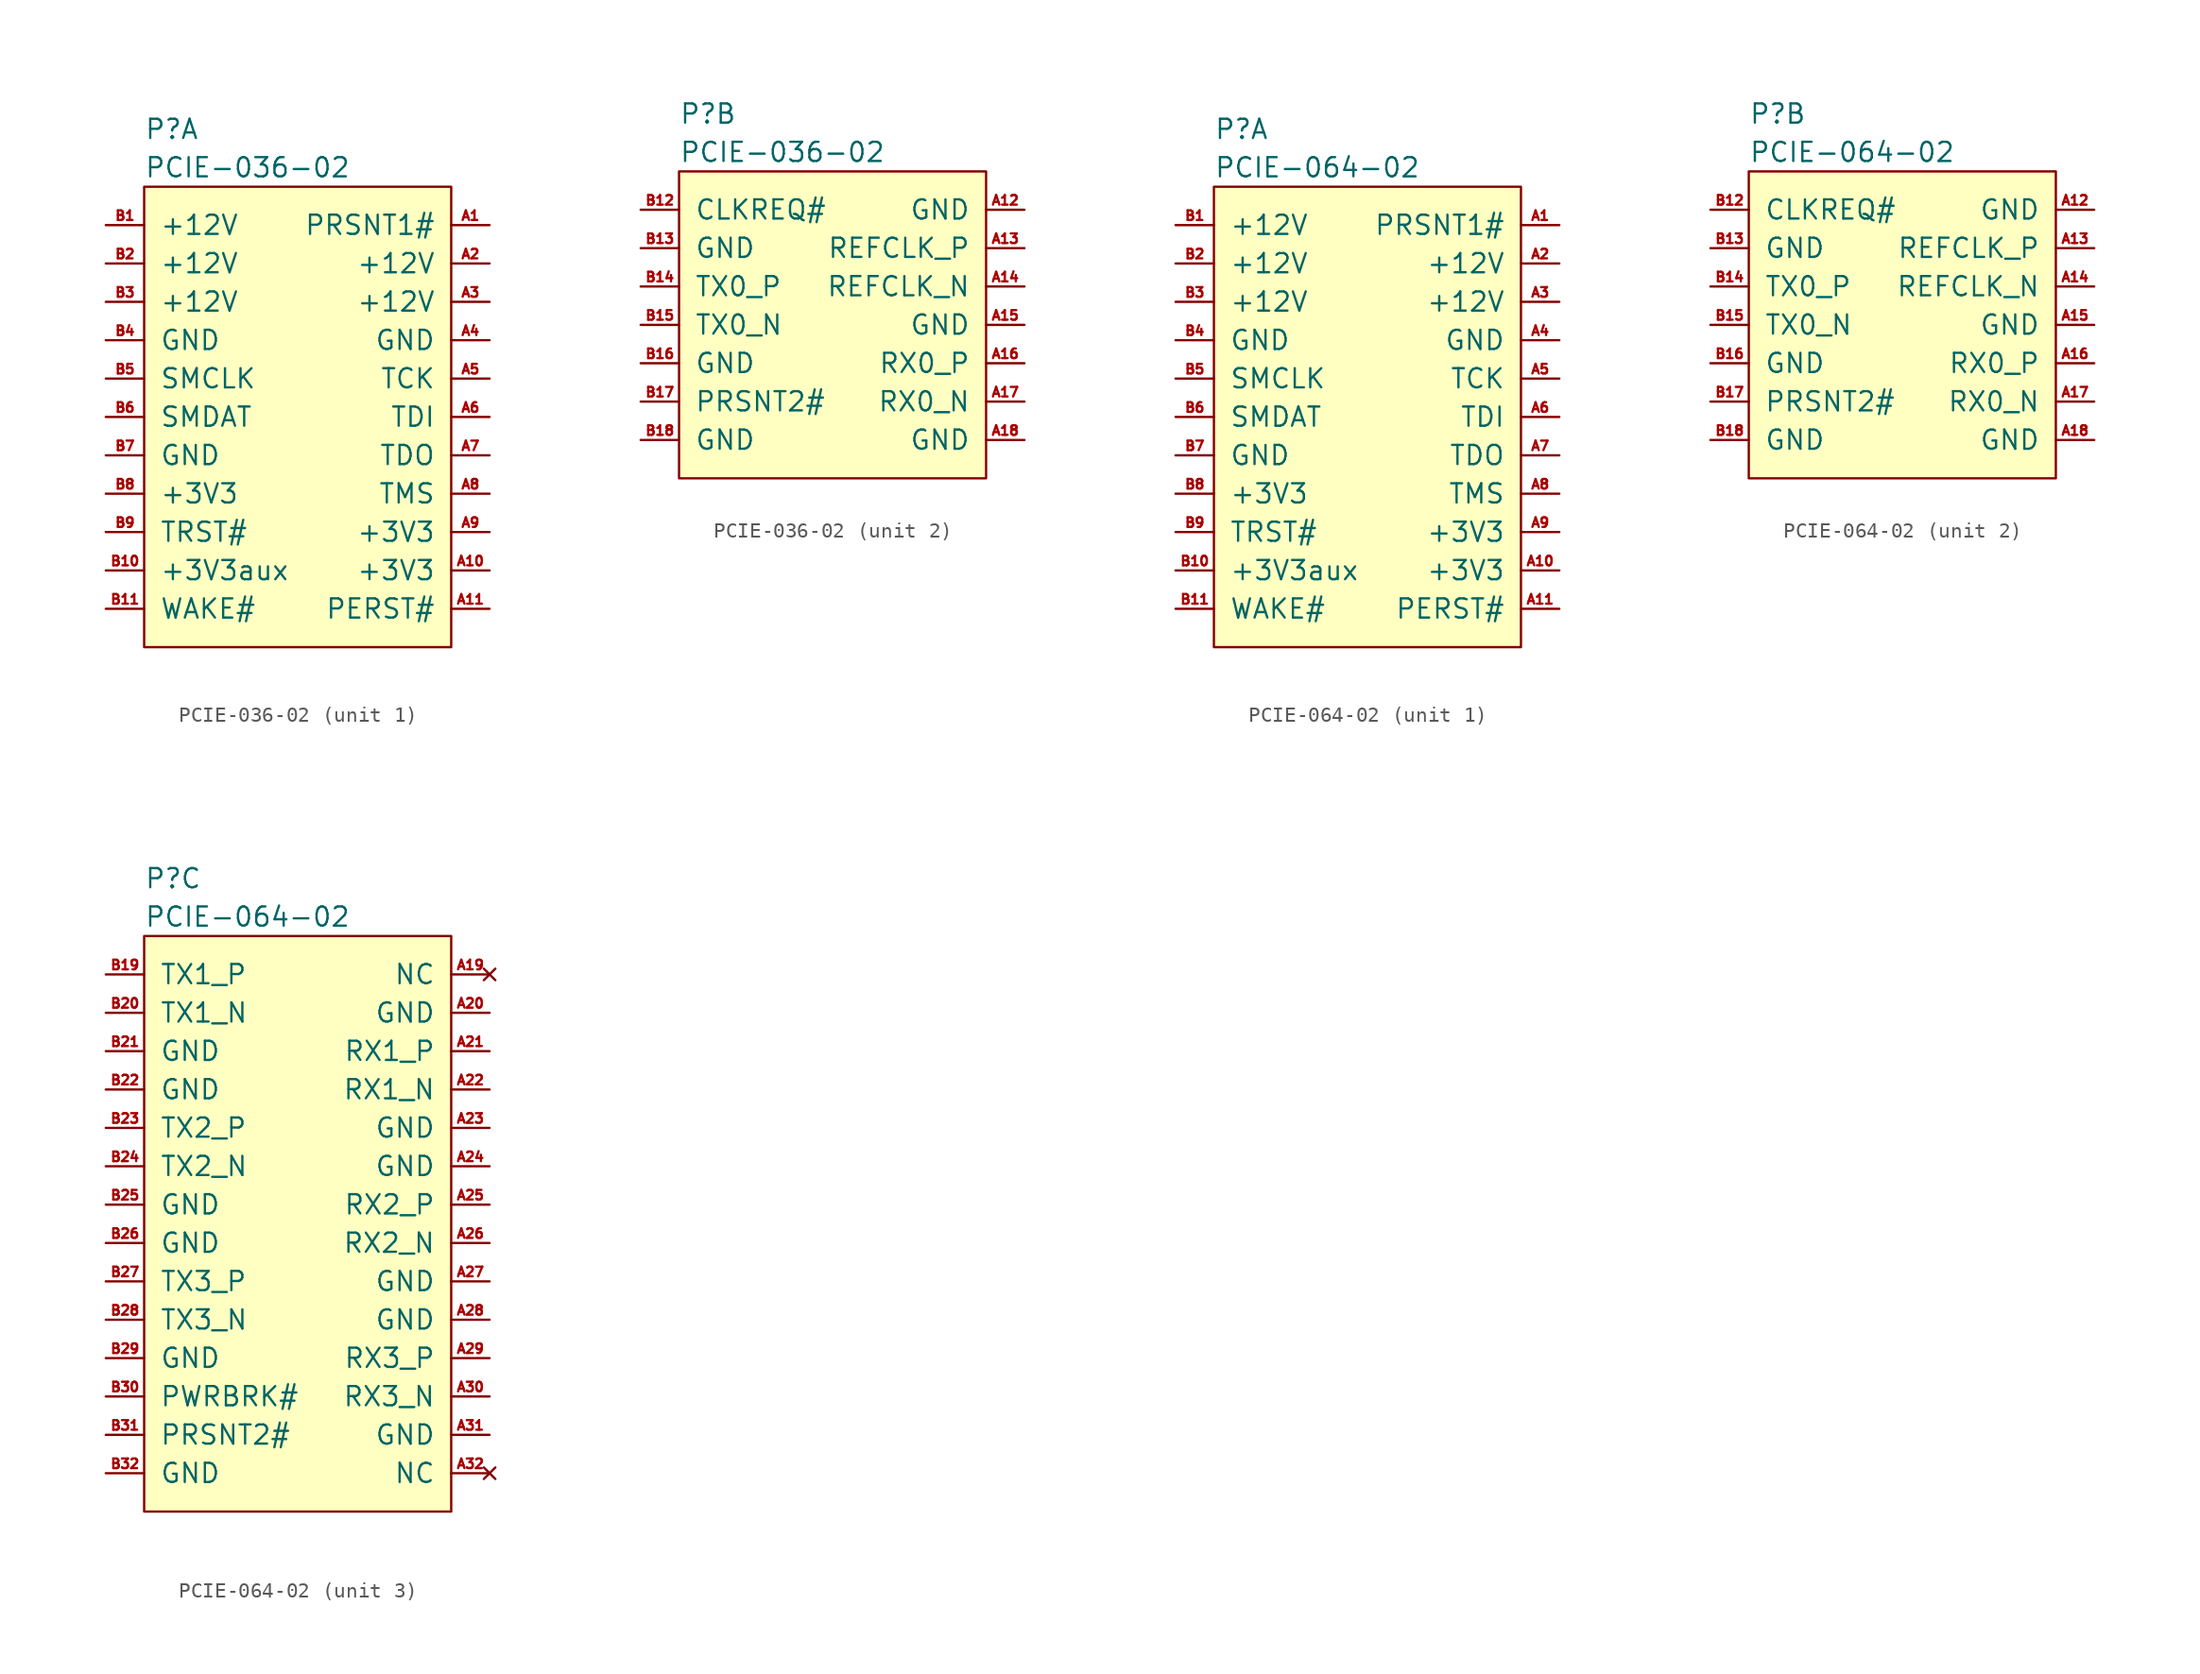
<source format=kicad_sym>
(kicad_symbol_lib
  (version 20211014)
  (generator kicad_symbol_editor)
  (symbol "PCIE-036-02"
    (pin_names
      (offset 1.016))
    (property "Reference" "P"
      (at 0 3.81 0)
      (effects (font (size 1.27 1.27)) (justify left)))
    (property "Value" "PCIE-036-02"
      (at 0 1.27 0)
      (effects (font (size 1.27 1.27)) (justify left)))
    (property "ki_locked" ""
      (at 0 0 0)
      (effects (font (size 1.27 1.27))))
    (symbol "PCIE-036-02_1_1"
      (rectangle (start 0 0) (end 20.32 -30.48) (stroke (width 0) (type default) (color 0 0 0 0)) (fill (type background)))
      (pin input line (at 22.86 -2.54 180) (length 2.54) (name "PRSNT1#" (effects (font (size 1.27 1.27)))) (number "A1" (effects (font (size 0.635 0.635)))))
      (pin power_in line (at 22.86 -25.4 180) (length 2.54) (name "+3V3" (effects (font (size 1.27 1.27)))) (number "A10" (effects (font (size 0.635 0.635)))))
      (pin input line (at 22.86 -27.94 180) (length 2.54) (name "PERST#" (effects (font (size 1.27 1.27)))) (number "A11" (effects (font (size 0.635 0.635)))))
      (pin power_in line (at 22.86 -5.08 180) (length 2.54) (name "+12V" (effects (font (size 1.27 1.27)))) (number "A2" (effects (font (size 0.635 0.635)))))
      (pin power_in line (at 22.86 -7.62 180) (length 2.54) (name "+12V" (effects (font (size 1.27 1.27)))) (number "A3" (effects (font (size 0.635 0.635)))))
      (pin power_in line (at 22.86 -10.16 180) (length 2.54) (name "GND" (effects (font (size 1.27 1.27)))) (number "A4" (effects (font (size 0.635 0.635)))))
      (pin input line (at 22.86 -12.7 180) (length 2.54) (name "TCK" (effects (font (size 1.27 1.27)))) (number "A5" (effects (font (size 0.635 0.635)))))
      (pin input line (at 22.86 -15.24 180) (length 2.54) (name "TDI" (effects (font (size 1.27 1.27)))) (number "A6" (effects (font (size 0.635 0.635)))))
      (pin output line (at 22.86 -17.78 180) (length 2.54) (name "TDO" (effects (font (size 1.27 1.27)))) (number "A7" (effects (font (size 0.635 0.635)))))
      (pin input line (at 22.86 -20.32 180) (length 2.54) (name "TMS" (effects (font (size 1.27 1.27)))) (number "A8" (effects (font (size 0.635 0.635)))))
      (pin power_in line (at 22.86 -22.86 180) (length 2.54) (name "+3V3" (effects (font (size 1.27 1.27)))) (number "A9" (effects (font (size 0.635 0.635)))))
      (pin power_in line (at -2.54 -2.54 0) (length 2.54) (name "+12V" (effects (font (size 1.27 1.27)))) (number "B1" (effects (font (size 0.635 0.635)))))
      (pin power_in line (at -2.54 -25.4 0) (length 2.54) (name "+3V3aux" (effects (font (size 1.27 1.27)))) (number "B10" (effects (font (size 0.635 0.635)))))
      (pin open_collector line (at -2.54 -27.94 0) (length 2.54) (name "WAKE#" (effects (font (size 1.27 1.27)))) (number "B11" (effects (font (size 0.635 0.635)))))
      (pin power_in line (at -2.54 -5.08 0) (length 2.54) (name "+12V" (effects (font (size 1.27 1.27)))) (number "B2" (effects (font (size 0.635 0.635)))))
      (pin power_in line (at -2.54 -7.62 0) (length 2.54) (name "+12V" (effects (font (size 1.27 1.27)))) (number "B3" (effects (font (size 0.635 0.635)))))
      (pin power_in line (at -2.54 -10.16 0) (length 2.54) (name "GND" (effects (font (size 1.27 1.27)))) (number "B4" (effects (font (size 0.635 0.635)))))
      (pin open_collector line (at -2.54 -12.7 0) (length 2.54) (name "SMCLK" (effects (font (size 1.27 1.27)))) (number "B5" (effects (font (size 0.635 0.635)))))
      (pin open_collector line (at -2.54 -15.24 0) (length 2.54) (name "SMDAT" (effects (font (size 1.27 1.27)))) (number "B6" (effects (font (size 0.635 0.635)))))
      (pin power_in line (at -2.54 -17.78 0) (length 2.54) (name "GND" (effects (font (size 1.27 1.27)))) (number "B7" (effects (font (size 0.635 0.635)))))
      (pin power_in line (at -2.54 -20.32 0) (length 2.54) (name "+3V3" (effects (font (size 1.27 1.27)))) (number "B8" (effects (font (size 0.635 0.635)))))
      (pin input line (at -2.54 -22.86 0) (length 2.54) (name "TRST#" (effects (font (size 1.27 1.27)))) (number "B9" (effects (font (size 0.635 0.635))))))
    (symbol "PCIE-036-02_2_1"
      (rectangle (start 0 0) (end 20.32 -20.32) (stroke (width 0) (type default) (color 0 0 0 0)) (fill (type background)))
      (pin power_in line (at 22.86 -2.54 180) (length 2.54) (name "GND" (effects (font (size 1.27 1.27)))) (number "A12" (effects (font (size 0.635 0.635)))))
      (pin input line (at 22.86 -5.08 180) (length 2.54) (name "REFCLK_P" (effects (font (size 1.27 1.27)))) (number "A13" (effects (font (size 0.635 0.635)))))
      (pin input line (at 22.86 -7.62 180) (length 2.54) (name "REFCLK_N" (effects (font (size 1.27 1.27)))) (number "A14" (effects (font (size 0.635 0.635)))))
      (pin power_in line (at 22.86 -10.16 180) (length 2.54) (name "GND" (effects (font (size 1.27 1.27)))) (number "A15" (effects (font (size 0.635 0.635)))))
      (pin output line (at 22.86 -12.7 180) (length 2.54) (name "RX0_P" (effects (font (size 1.27 1.27)))) (number "A16" (effects (font (size 0.635 0.635)))))
      (pin output line (at 22.86 -15.24 180) (length 2.54) (name "RX0_N" (effects (font (size 1.27 1.27)))) (number "A17" (effects (font (size 0.635 0.635)))))
      (pin power_in line (at 22.86 -17.78 180) (length 2.54) (name "GND" (effects (font (size 1.27 1.27)))) (number "A18" (effects (font (size 0.635 0.635)))))
      (pin open_collector line (at -2.54 -2.54 0) (length 2.54) (name "CLKREQ#" (effects (font (size 1.27 1.27)))) (number "B12" (effects (font (size 0.635 0.635)))))
      (pin power_in line (at -2.54 -5.08 0) (length 2.54) (name "GND" (effects (font (size 1.27 1.27)))) (number "B13" (effects (font (size 0.635 0.635)))))
      (pin input line (at -2.54 -7.62 0) (length 2.54) (name "TX0_P" (effects (font (size 1.27 1.27)))) (number "B14" (effects (font (size 0.635 0.635)))))
      (pin input line (at -2.54 -10.16 0) (length 2.54) (name "TX0_N" (effects (font (size 1.27 1.27)))) (number "B15" (effects (font (size 0.635 0.635)))))
      (pin power_in line (at -2.54 -12.7 0) (length 2.54) (name "GND" (effects (font (size 1.27 1.27)))) (number "B16" (effects (font (size 0.635 0.635)))))
      (pin passive line (at -2.54 -15.24 0) (length 2.54) (name "PRSNT2#" (effects (font (size 1.27 1.27)))) (number "B17" (effects (font (size 0.635 0.635)))))
      (pin power_in line (at -2.54 -17.78 0) (length 2.54) (name "GND" (effects (font (size 1.27 1.27)))) (number "B18" (effects (font (size 0.635 0.635)))))))
  (symbol "PCIE-064-02"
    (pin_names
      (offset 1.016))
    (property "Reference" "P"
      (at 0 3.81 0)
      (effects (font (size 1.27 1.27)) (justify left)))
    (property "Value" "PCIE-064-02"
      (at 0 1.27 0)
      (effects (font (size 1.27 1.27)) (justify left)))
    (property "ki_locked" ""
      (at 0 0 0)
      (effects (font (size 1.27 1.27))))
    (symbol "PCIE-064-02_1_1"
      (rectangle (start 0 0) (end 20.32 -30.48) (stroke (width 0) (type default) (color 0 0 0 0)) (fill (type background)))
      (pin input line (at 22.86 -2.54 180) (length 2.54) (name "PRSNT1#" (effects (font (size 1.27 1.27)))) (number "A1" (effects (font (size 0.635 0.635)))))
      (pin power_in line (at 22.86 -25.4 180) (length 2.54) (name "+3V3" (effects (font (size 1.27 1.27)))) (number "A10" (effects (font (size 0.635 0.635)))))
      (pin input line (at 22.86 -27.94 180) (length 2.54) (name "PERST#" (effects (font (size 1.27 1.27)))) (number "A11" (effects (font (size 0.635 0.635)))))
      (pin power_in line (at 22.86 -5.08 180) (length 2.54) (name "+12V" (effects (font (size 1.27 1.27)))) (number "A2" (effects (font (size 0.635 0.635)))))
      (pin power_in line (at 22.86 -7.62 180) (length 2.54) (name "+12V" (effects (font (size 1.27 1.27)))) (number "A3" (effects (font (size 0.635 0.635)))))
      (pin power_in line (at 22.86 -10.16 180) (length 2.54) (name "GND" (effects (font (size 1.27 1.27)))) (number "A4" (effects (font (size 0.635 0.635)))))
      (pin input line (at 22.86 -12.7 180) (length 2.54) (name "TCK" (effects (font (size 1.27 1.27)))) (number "A5" (effects (font (size 0.635 0.635)))))
      (pin input line (at 22.86 -15.24 180) (length 2.54) (name "TDI" (effects (font (size 1.27 1.27)))) (number "A6" (effects (font (size 0.635 0.635)))))
      (pin output line (at 22.86 -17.78 180) (length 2.54) (name "TDO" (effects (font (size 1.27 1.27)))) (number "A7" (effects (font (size 0.635 0.635)))))
      (pin input line (at 22.86 -20.32 180) (length 2.54) (name "TMS" (effects (font (size 1.27 1.27)))) (number "A8" (effects (font (size 0.635 0.635)))))
      (pin power_in line (at 22.86 -22.86 180) (length 2.54) (name "+3V3" (effects (font (size 1.27 1.27)))) (number "A9" (effects (font (size 0.635 0.635)))))
      (pin power_in line (at -2.54 -2.54 0) (length 2.54) (name "+12V" (effects (font (size 1.27 1.27)))) (number "B1" (effects (font (size 0.635 0.635)))))
      (pin power_in line (at -2.54 -25.4 0) (length 2.54) (name "+3V3aux" (effects (font (size 1.27 1.27)))) (number "B10" (effects (font (size 0.635 0.635)))))
      (pin open_collector line (at -2.54 -27.94 0) (length 2.54) (name "WAKE#" (effects (font (size 1.27 1.27)))) (number "B11" (effects (font (size 0.635 0.635)))))
      (pin power_in line (at -2.54 -5.08 0) (length 2.54) (name "+12V" (effects (font (size 1.27 1.27)))) (number "B2" (effects (font (size 0.635 0.635)))))
      (pin power_in line (at -2.54 -7.62 0) (length 2.54) (name "+12V" (effects (font (size 1.27 1.27)))) (number "B3" (effects (font (size 0.635 0.635)))))
      (pin power_in line (at -2.54 -10.16 0) (length 2.54) (name "GND" (effects (font (size 1.27 1.27)))) (number "B4" (effects (font (size 0.635 0.635)))))
      (pin open_collector line (at -2.54 -12.7 0) (length 2.54) (name "SMCLK" (effects (font (size 1.27 1.27)))) (number "B5" (effects (font (size 0.635 0.635)))))
      (pin open_collector line (at -2.54 -15.24 0) (length 2.54) (name "SMDAT" (effects (font (size 1.27 1.27)))) (number "B6" (effects (font (size 0.635 0.635)))))
      (pin power_in line (at -2.54 -17.78 0) (length 2.54) (name "GND" (effects (font (size 1.27 1.27)))) (number "B7" (effects (font (size 0.635 0.635)))))
      (pin power_in line (at -2.54 -20.32 0) (length 2.54) (name "+3V3" (effects (font (size 1.27 1.27)))) (number "B8" (effects (font (size 0.635 0.635)))))
      (pin input line (at -2.54 -22.86 0) (length 2.54) (name "TRST#" (effects (font (size 1.27 1.27)))) (number "B9" (effects (font (size 0.635 0.635))))))
    (symbol "PCIE-064-02_2_1"
      (rectangle (start 0 0) (end 20.32 -20.32) (stroke (width 0) (type default) (color 0 0 0 0)) (fill (type background)))
      (pin power_in line (at 22.86 -2.54 180) (length 2.54) (name "GND" (effects (font (size 1.27 1.27)))) (number "A12" (effects (font (size 0.635 0.635)))))
      (pin input line (at 22.86 -5.08 180) (length 2.54) (name "REFCLK_P" (effects (font (size 1.27 1.27)))) (number "A13" (effects (font (size 0.635 0.635)))))
      (pin input line (at 22.86 -7.62 180) (length 2.54) (name "REFCLK_N" (effects (font (size 1.27 1.27)))) (number "A14" (effects (font (size 0.635 0.635)))))
      (pin power_in line (at 22.86 -10.16 180) (length 2.54) (name "GND" (effects (font (size 1.27 1.27)))) (number "A15" (effects (font (size 0.635 0.635)))))
      (pin output line (at 22.86 -12.7 180) (length 2.54) (name "RX0_P" (effects (font (size 1.27 1.27)))) (number "A16" (effects (font (size 0.635 0.635)))))
      (pin output line (at 22.86 -15.24 180) (length 2.54) (name "RX0_N" (effects (font (size 1.27 1.27)))) (number "A17" (effects (font (size 0.635 0.635)))))
      (pin power_in line (at 22.86 -17.78 180) (length 2.54) (name "GND" (effects (font (size 1.27 1.27)))) (number "A18" (effects (font (size 0.635 0.635)))))
      (pin open_collector line (at -2.54 -2.54 0) (length 2.54) (name "CLKREQ#" (effects (font (size 1.27 1.27)))) (number "B12" (effects (font (size 0.635 0.635)))))
      (pin power_in line (at -2.54 -5.08 0) (length 2.54) (name "GND" (effects (font (size 1.27 1.27)))) (number "B13" (effects (font (size 0.635 0.635)))))
      (pin input line (at -2.54 -7.62 0) (length 2.54) (name "TX0_P" (effects (font (size 1.27 1.27)))) (number "B14" (effects (font (size 0.635 0.635)))))
      (pin input line (at -2.54 -10.16 0) (length 2.54) (name "TX0_N" (effects (font (size 1.27 1.27)))) (number "B15" (effects (font (size 0.635 0.635)))))
      (pin power_in line (at -2.54 -12.7 0) (length 2.54) (name "GND" (effects (font (size 1.27 1.27)))) (number "B16" (effects (font (size 0.635 0.635)))))
      (pin passive line (at -2.54 -15.24 0) (length 2.54) (name "PRSNT2#" (effects (font (size 1.27 1.27)))) (number "B17" (effects (font (size 0.635 0.635)))))
      (pin power_in line (at -2.54 -17.78 0) (length 2.54) (name "GND" (effects (font (size 1.27 1.27)))) (number "B18" (effects (font (size 0.635 0.635))))))
    (symbol "PCIE-064-02_3_1"
      (rectangle (start 0 0) (end 20.32 -38.1) (stroke (width 0) (type default) (color 0 0 0 0)) (fill (type background)))
      (pin no_connect line (at 22.86 -2.54 180) (length 2.54) (name "NC" (effects (font (size 1.27 1.27)))) (number "A19" (effects (font (size 0.635 0.635)))))
      (pin power_in line (at 22.86 -5.08 180) (length 2.54) (name "GND" (effects (font (size 1.27 1.27)))) (number "A20" (effects (font (size 0.635 0.635)))))
      (pin output line (at 22.86 -7.62 180) (length 2.54) (name "RX1_P" (effects (font (size 1.27 1.27)))) (number "A21" (effects (font (size 0.635 0.635)))))
      (pin output line (at 22.86 -10.16 180) (length 2.54) (name "RX1_N" (effects (font (size 1.27 1.27)))) (number "A22" (effects (font (size 0.635 0.635)))))
      (pin power_in line (at 22.86 -12.7 180) (length 2.54) (name "GND" (effects (font (size 1.27 1.27)))) (number "A23" (effects (font (size 0.635 0.635)))))
      (pin power_in line (at 22.86 -15.24 180) (length 2.54) (name "GND" (effects (font (size 1.27 1.27)))) (number "A24" (effects (font (size 0.635 0.635)))))
      (pin output line (at 22.86 -17.78 180) (length 2.54) (name "RX2_P" (effects (font (size 1.27 1.27)))) (number "A25" (effects (font (size 0.635 0.635)))))
      (pin output line (at 22.86 -20.32 180) (length 2.54) (name "RX2_N" (effects (font (size 1.27 1.27)))) (number "A26" (effects (font (size 0.635 0.635)))))
      (pin power_in line (at 22.86 -22.86 180) (length 2.54) (name "GND" (effects (font (size 1.27 1.27)))) (number "A27" (effects (font (size 0.635 0.635)))))
      (pin power_in line (at 22.86 -25.4 180) (length 2.54) (name "GND" (effects (font (size 1.27 1.27)))) (number "A28" (effects (font (size 0.635 0.635)))))
      (pin output line (at 22.86 -27.94 180) (length 2.54) (name "RX3_P" (effects (font (size 1.27 1.27)))) (number "A29" (effects (font (size 0.635 0.635)))))
      (pin output line (at 22.86 -30.48 180) (length 2.54) (name "RX3_N" (effects (font (size 1.27 1.27)))) (number "A30" (effects (font (size 0.635 0.635)))))
      (pin power_in line (at 22.86 -33.02 180) (length 2.54) (name "GND" (effects (font (size 1.27 1.27)))) (number "A31" (effects (font (size 0.635 0.635)))))
      (pin no_connect line (at 22.86 -35.56 180) (length 2.54) (name "NC" (effects (font (size 1.27 1.27)))) (number "A32" (effects (font (size 0.635 0.635)))))
      (pin input line (at -2.54 -2.54 0) (length 2.54) (name "TX1_P" (effects (font (size 1.27 1.27)))) (number "B19" (effects (font (size 0.635 0.635)))))
      (pin input line (at -2.54 -5.08 0) (length 2.54) (name "TX1_N" (effects (font (size 1.27 1.27)))) (number "B20" (effects (font (size 0.635 0.635)))))
      (pin power_in line (at -2.54 -7.62 0) (length 2.54) (name "GND" (effects (font (size 1.27 1.27)))) (number "B21" (effects (font (size 0.635 0.635)))))
      (pin power_in line (at -2.54 -10.16 0) (length 2.54) (name "GND" (effects (font (size 1.27 1.27)))) (number "B22" (effects (font (size 0.635 0.635)))))
      (pin input line (at -2.54 -12.7 0) (length 2.54) (name "TX2_P" (effects (font (size 1.27 1.27)))) (number "B23" (effects (font (size 0.635 0.635)))))
      (pin input line (at -2.54 -15.24 0) (length 2.54) (name "TX2_N" (effects (font (size 1.27 1.27)))) (number "B24" (effects (font (size 0.635 0.635)))))
      (pin power_in line (at -2.54 -17.78 0) (length 2.54) (name "GND" (effects (font (size 1.27 1.27)))) (number "B25" (effects (font (size 0.635 0.635)))))
      (pin power_in line (at -2.54 -20.32 0) (length 2.54) (name "GND" (effects (font (size 1.27 1.27)))) (number "B26" (effects (font (size 0.635 0.635)))))
      (pin input line (at -2.54 -22.86 0) (length 2.54) (name "TX3_P" (effects (font (size 1.27 1.27)))) (number "B27" (effects (font (size 0.635 0.635)))))
      (pin input line (at -2.54 -25.4 0) (length 2.54) (name "TX3_N" (effects (font (size 1.27 1.27)))) (number "B28" (effects (font (size 0.635 0.635)))))
      (pin power_in line (at -2.54 -27.94 0) (length 2.54) (name "GND" (effects (font (size 1.27 1.27)))) (number "B29" (effects (font (size 0.635 0.635)))))
      (pin open_collector line (at -2.54 -30.48 0) (length 2.54) (name "PWRBRK#" (effects (font (size 1.27 1.27)))) (number "B30" (effects (font (size 0.635 0.635)))))
      (pin passive line (at -2.54 -33.02 0) (length 2.54) (name "PRSNT2#" (effects (font (size 1.27 1.27)))) (number "B31" (effects (font (size 0.635 0.635)))))
      (pin power_in line (at -2.54 -35.56 0) (length 2.54) (name "GND" (effects (font (size 1.27 1.27)))) (number "B32" (effects (font (size 0.635 0.635))))))))
</source>
